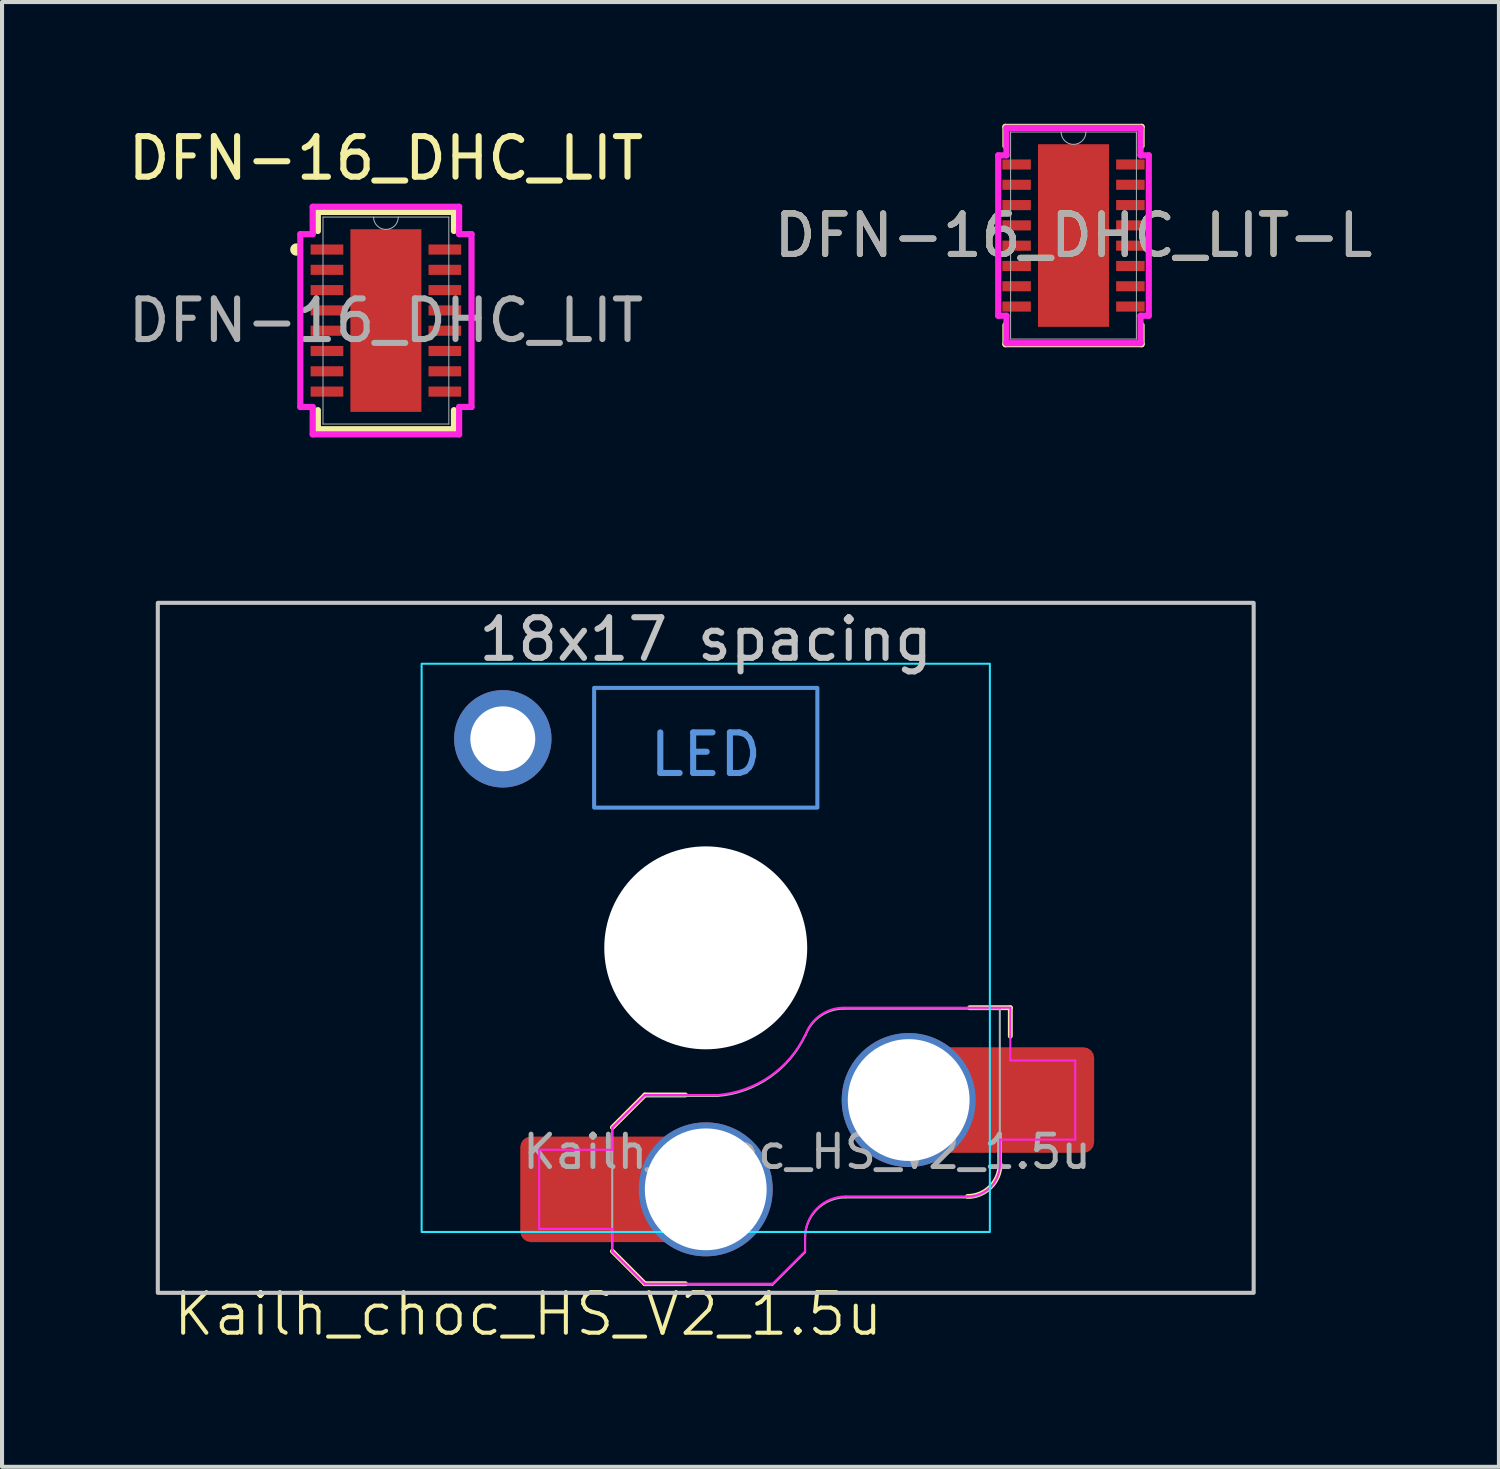
<source format=kicad_pcb>
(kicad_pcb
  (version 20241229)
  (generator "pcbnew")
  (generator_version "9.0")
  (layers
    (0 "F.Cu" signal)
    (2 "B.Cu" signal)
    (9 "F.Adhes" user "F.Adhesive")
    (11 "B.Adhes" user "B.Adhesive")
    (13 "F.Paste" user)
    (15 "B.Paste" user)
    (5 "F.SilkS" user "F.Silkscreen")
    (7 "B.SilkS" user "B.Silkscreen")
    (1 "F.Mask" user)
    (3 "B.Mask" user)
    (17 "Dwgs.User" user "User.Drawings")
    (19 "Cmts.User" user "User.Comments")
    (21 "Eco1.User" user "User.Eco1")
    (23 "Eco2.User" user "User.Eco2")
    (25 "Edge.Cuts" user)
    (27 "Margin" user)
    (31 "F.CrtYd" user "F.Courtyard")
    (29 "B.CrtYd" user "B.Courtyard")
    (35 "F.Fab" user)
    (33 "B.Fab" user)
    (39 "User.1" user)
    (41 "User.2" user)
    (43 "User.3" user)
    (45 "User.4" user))
  (footprint "Kailh_choc_HS_V2_1.5u"
    (layer "F.Cu")
    (at 14.338 20.303)
    (property "Reference" "Kailh_choc_HS_V2_1.5u" (at -4.375 9.025 0) (unlocked yes) (layer "F.SilkS") (effects (font (size 1 1) (thickness 0.1))))
    (fp_line (start -2.3 7.475) (end -1.5 8.275) (stroke (width 0.12) (type solid)) (layer "F.SilkS"))
    (fp_line (start -1.5 3.625) (end -2.3 4.425) (stroke (width 0.12) (type solid)) (layer "F.SilkS"))
    (fp_line (start -1.5 3.625) (end -0.5 3.625) (stroke (width 0.12) (type solid)) (layer "F.SilkS"))
    (fp_line (start -1.5 8.275) (end -0.5 8.275) (stroke (width 0.12) (type solid)) (layer "F.SilkS"))
    (fp_line (start 7.504 1.475) (end 6.504 1.475) (stroke (width 0.12) (type solid)) (layer "F.SilkS"))
    (fp_line (start 7.504 1.475) (end 7.504 2.175) (stroke (width 0.12) (type solid)) (layer "F.SilkS"))
    (fp_arc (start 7.25 5.325) (mid 7.015685 5.890685) (end 6.45 6.125) (stroke (width 0.12) (type solid)) (layer "F.SilkS"))
    (fp_rect (start -13.5 -8.5) (end 13.5 8.5) (stroke (width 0.1) (type default)) (fill no) (layer "Dwgs.User"))
    (fp_rect (start -2.75 -6.405) (end 2.75 -3.455) (stroke (width 0.1) (type default)) (fill no) (layer "Cmts.User"))
    (fp_rect (start -14.287 -9.525) (end 14.287 9.525) (stroke (width 0.1) (type default)) (fill no) (layer "Eco1.User"))
    (fp_line (start -6.95 6.45) (end -6.95 -6.45) (stroke (width 0.05) (type solid)) (layer "Eco2.User"))
    (fp_line (start -6.45 -6.95) (end 6.45 -6.95) (stroke (width 0.05) (type solid)) (layer "Eco2.User"))
    (fp_line (start 6.45 6.95) (end -6.45 6.95) (stroke (width 0.05) (type solid)) (layer "Eco2.User"))
    (fp_line (start 6.95 -6.45) (end 6.95 6.45) (stroke (width 0.05) (type solid)) (layer "Eco2.User"))
    (fp_arc (start -6.95 -6.45) (mid -6.803553 -6.803553) (end -6.45 -6.95) (stroke (width 0.05) (type solid)) (layer "Eco2.User"))
    (fp_arc (start -6.45 6.95) (mid -6.803553 6.803553) (end -6.95 6.45) (stroke (width 0.05) (type solid)) (layer "Eco2.User"))
    (fp_arc (start 6.45 -6.95) (mid 6.803553 -6.803553) (end 6.95 -6.45) (stroke (width 0.05) (type solid)) (layer "Eco2.User"))
    (fp_arc (start 6.95 6.45) (mid 6.803553 6.803553) (end 6.45 6.95) (stroke (width 0.05) (type solid)) (layer "Eco2.User"))
    (fp_arc (start 6.95 6.45) (mid 6.803553 6.803553) (end 6.45 6.95) (stroke (width 0.05) (type solid)) (layer "Eco2.User"))
    (fp_rect (start -7 -7) (end 7 7) (stroke (width 0.05) (type default)) (fill no) (layer "B.CrtYd"))
    (fp_line (start -4.104 4.975) (end -4.104 6.925) (stroke (width 0.05) (type solid)) (layer "F.CrtYd"))
    (fp_line (start -4.104 4.975) (end -2.3 4.975) (stroke (width 0.05) (type solid)) (layer "F.CrtYd"))
    (fp_line (start -4.104 6.925) (end -2.3 6.925) (stroke (width 0.05) (type solid)) (layer "F.CrtYd"))
    (fp_line (start -2.3 4.975) (end -2.3 4.425) (stroke (width 0.05) (type solid)) (layer "F.CrtYd"))
    (fp_line (start -2.3 7.475) (end -2.3 6.925) (stroke (width 0.05) (type solid)) (layer "F.CrtYd"))
    (fp_line (start -2.3 7.475) (end -1.5 8.275) (stroke (width 0.05) (type solid)) (layer "F.CrtYd"))
    (fp_line (start -1.5 3.625) (end -2.3 4.425) (stroke (width 0.05) (type solid)) (layer "F.CrtYd"))
    (fp_line (start -1.5 3.625) (end 0.3 3.625) (stroke (width 0.05) (type solid)) (layer "F.CrtYd"))
    (fp_line (start -1.5 8.275) (end 1.65 8.275) (stroke (width 0.05) (type solid)) (layer "F.CrtYd"))
    (fp_line (start 2.45 7.475) (end 1.65 8.275) (stroke (width 0.05) (type solid)) (layer "F.CrtYd"))
    (fp_line (start 2.45 7.475) (end 2.45 7.125) (stroke (width 0.05) (type solid)) (layer "F.CrtYd"))
    (fp_line (start 3.45 6.125) (end 6.45 6.125) (stroke (width 0.05) (type solid)) (layer "F.CrtYd"))
    (fp_line (start 7.25 4.725) (end 9.104 4.725) (stroke (width 0.05) (type solid)) (layer "F.CrtYd"))
    (fp_line (start 7.25 5.325) (end 7.25 4.725) (stroke (width 0.05) (type solid)) (layer "F.CrtYd"))
    (fp_line (start 7.504 1.475) (end 3.4 1.475) (stroke (width 0.05) (type solid)) (layer "F.CrtYd"))
    (fp_line (start 7.504 1.475) (end 7.504 2.175) (stroke (width 0.05) (type solid)) (layer "F.CrtYd"))
    (fp_line (start 7.504 2.175) (end 7.504 2.775) (stroke (width 0.05) (type solid)) (layer "F.CrtYd"))
    (fp_line (start 9.104 2.775) (end 7.504 2.775) (stroke (width 0.05) (type solid)) (layer "F.CrtYd"))
    (fp_line (start 9.104 4.725) (end 9.104 2.775) (stroke (width 0.05) (type solid)) (layer "F.CrtYd"))
    (fp_arc (start 2.45 7.125) (mid 2.742893 6.417893) (end 3.45 6.125) (stroke (width 0.05) (type solid)) (layer "F.CrtYd"))
    (fp_arc (start 2.455444 2.13293) (mid 1.577272 3.167235) (end 0.299999 3.624999) (stroke (width 0.05) (type solid)) (layer "F.CrtYd"))
    (fp_arc (start 2.460307 2.13298) (mid 2.826423 1.655848) (end 3.4 1.475) (stroke (width 0.05) (type solid)) (layer "F.CrtYd"))
    (fp_arc (start 7.25 5.325) (mid 7.015685 5.890685) (end 6.45 6.125) (stroke (width 0.05) (type solid)) (layer "F.CrtYd"))
    (fp_line (start -2.304 7.5) (end -2.304 4.45) (stroke (width 0.05) (type solid)) (layer "F.Fab"))
    (fp_line (start -2.304 7.5) (end -1.504 8.3) (stroke (width 0.05) (type solid)) (layer "F.Fab"))
    (fp_line (start -1.504 3.65) (end -2.304 4.45) (stroke (width 0.05) (type solid)) (layer "F.Fab"))
    (fp_line (start -1.504 3.65) (end 0.296 3.65) (stroke (width 0.05) (type solid)) (layer "F.Fab"))
    (fp_line (start -1.504 8.3) (end 1.646 8.3) (stroke (width 0.05) (type solid)) (layer "F.Fab"))
    (fp_line (start 2.446 7.5) (end 1.646 8.3) (stroke (width 0.05) (type solid)) (layer "F.Fab"))
    (fp_line (start 2.446 7.5) (end 2.446 7.15) (stroke (width 0.05) (type solid)) (layer "F.Fab"))
    (fp_line (start 3.446 6.15) (end 6.446 6.15) (stroke (width 0.05) (type solid)) (layer "F.Fab"))
    (fp_line (start 7.246 1.5) (end 3.396 1.5) (stroke (width 0.05) (type solid)) (layer "F.Fab"))
    (fp_line (start 7.246 5.35) (end 7.246 1.5) (stroke (width 0.05) (type solid)) (layer "F.Fab"))
    (fp_arc (start 2.446 7.15) (mid 2.738893 6.442893) (end 3.446 6.15) (stroke (width 0.05) (type solid)) (layer "F.Fab"))
    (fp_arc (start 2.451444 2.15793) (mid 1.573272 3.192235) (end 0.295999 3.649999) (stroke (width 0.05) (type solid)) (layer "F.Fab"))
    (fp_arc (start 2.456307 2.15798) (mid 2.822423 1.680848) (end 3.396 1.5) (stroke (width 0.05) (type solid)) (layer "F.Fab"))
    (fp_arc (start 7.246 5.35) (mid 7.011685 5.915685) (end 6.446 6.15) (stroke (width 0.05) (type solid)) (layer "F.Fab"))
    (fp_text user "18x17 spacing" (at 0 -7.6 0) (layer "Dwgs.User") (effects (font (size 1 1) (thickness 0.15))))
    (fp_text user "LED" (at 0 -4.763 0) (unlocked yes) (layer "Cmts.User") (effects (font (size 1 1) (thickness 0.15))))
    (fp_text user "19.05 spacing" (at 0 -8.7 0) (layer "Eco1.User") (effects (font (size 1 1) (thickness 0.15))))
    (fp_text user "${REFERENCE}" (at 2.496 5.025 0) (layer "F.Fab") (effects (font (size 0.8 0.8) (thickness 0.12))))
    (pad "" np_thru_hole circle (at 0 0 180) (size 5 5) (drill 5) (layers "*.Cu" "*.Mask"))
    (pad "1" thru_hole circle (at 5 3.75) (size 3.3 3.3) (drill 3) (property pad_prop_mechanical) (layers "*.Cu" "F.Mask"))
    (pad "1" smd rect (at 6.55 3.75) (size 1.2 2.6) (layers "F.Cu"))
    (pad "1" smd roundrect (at 8.245 3.75) (size 2.65 2.6) (layers "F.Cu" "F.Mask" "F.Paste") (roundrect_rratio 0.1))
    (pad "2" smd roundrect (at -3.245 5.95) (size 2.65 2.6) (layers "F.Cu" "F.Mask" "F.Paste") (roundrect_rratio 0.1))
    (pad "2" smd rect (at -1.55 5.95 180) (size 1.2 2.6) (layers "F.Cu"))
    (pad "2" thru_hole circle (at 0 5.95) (size 3.3 3.3) (drill 3) (property pad_prop_mechanical) (layers "*.Cu" "F.Mask"))
    (pad "MP" thru_hole circle (at -5 -5.15 180) (size 2.4 2.4) (drill 1.6) (layers "*.Cu" "F.Mask")))
  (footprint "DFN-16_DHC_LIT"
    (layer "F.Cu")
    (at 6.458 4.848)
    (property "Reference" "DFN-16_DHC_LIT" (at 0 -4 0) (unlocked yes) (layer "F.SilkS") (effects (font (size 1 1) (thickness 0.15))))
    (attr smd)
    (fp_line (start -1.677 -2.677) (end -1.677 -2.207) (stroke (width 0.152) (type solid)) (layer "F.SilkS"))
    (fp_line (start -1.677 2.207) (end -1.677 2.677) (stroke (width 0.152) (type solid)) (layer "F.SilkS"))
    (fp_line (start -1.677 2.677) (end 1.677 2.677) (stroke (width 0.152) (type solid)) (layer "F.SilkS"))
    (fp_line (start 1.677 -2.677) (end -1.677 -2.677) (stroke (width 0.152) (type solid)) (layer "F.SilkS"))
    (fp_line (start 1.677 -2.207) (end 1.677 -2.677) (stroke (width 0.152) (type solid)) (layer "F.SilkS"))
    (fp_line (start 1.677 2.677) (end 1.677 2.207) (stroke (width 0.152) (type solid)) (layer "F.SilkS"))
    (fp_arc (start -2.18754 -1.676171) (mid -2.2826 -1.75) (end -2.18754 -1.823829) (stroke (width 0.1524) (type solid)) (layer "F.SilkS"))
    (fp_poly (pts (xy -0.775 -2.15) (xy -0.775 -0.85) (xy 0.775 -0.85) (xy 0.775 -2.15)) (stroke (width 0) (type solid)) (fill yes) (layer "F.Paste"))
    (fp_poly (pts (xy -0.775 -0.65) (xy -0.775 0.65) (xy 0.775 0.65) (xy 0.775 -0.65)) (stroke (width 0) (type solid)) (fill yes) (layer "F.Paste"))
    (fp_poly (pts (xy -0.775 0.85) (xy -0.775 2.15) (xy 0.775 2.15) (xy 0.775 0.85)) (stroke (width 0) (type solid)) (fill yes) (layer "F.Paste"))
    (fp_line (start -2.109 -2.129) (end -1.804 -2.129) (stroke (width 0.152) (type solid)) (layer "F.CrtYd"))
    (fp_line (start -2.109 2.129) (end -2.109 -2.129) (stroke (width 0.152) (type solid)) (layer "F.CrtYd"))
    (fp_line (start -2.109 2.129) (end -1.804 2.129) (stroke (width 0.152) (type solid)) (layer "F.CrtYd"))
    (fp_line (start -1.804 -2.804) (end 1.804 -2.804) (stroke (width 0.152) (type solid)) (layer "F.CrtYd"))
    (fp_line (start -1.804 -2.129) (end -1.804 -2.804) (stroke (width 0.152) (type solid)) (layer "F.CrtYd"))
    (fp_line (start -1.804 2.804) (end -1.804 2.129) (stroke (width 0.152) (type solid)) (layer "F.CrtYd"))
    (fp_line (start 1.804 -2.804) (end 1.804 -2.129) (stroke (width 0.152) (type solid)) (layer "F.CrtYd"))
    (fp_line (start 1.804 2.129) (end 1.804 2.804) (stroke (width 0.152) (type solid)) (layer "F.CrtYd"))
    (fp_line (start 1.804 2.804) (end -1.804 2.804) (stroke (width 0.152) (type solid)) (layer "F.CrtYd"))
    (fp_line (start 2.109 -2.129) (end 1.804 -2.129) (stroke (width 0.152) (type solid)) (layer "F.CrtYd"))
    (fp_line (start 2.109 -2.129) (end 2.109 2.129) (stroke (width 0.152) (type solid)) (layer "F.CrtYd"))
    (fp_line (start 2.109 2.129) (end 1.804 2.129) (stroke (width 0.152) (type solid)) (layer "F.CrtYd"))
    (fp_line (start -1.55 -2.55) (end -1.55 2.55) (stroke (width 0.025) (type solid)) (layer "F.Fab"))
    (fp_line (start -1.55 2.55) (end 1.55 2.55) (stroke (width 0.025) (type solid)) (layer "F.Fab"))
    (fp_line (start 1.55 -2.55) (end -1.55 -2.55) (stroke (width 0.025) (type solid)) (layer "F.Fab"))
    (fp_line (start 1.55 2.55) (end 1.55 -2.55) (stroke (width 0.025) (type solid)) (layer "F.Fab"))
    (fp_arc (start 0.3048 -2.55) (mid 0 -2.2452) (end -0.3048 -2.55) (stroke (width 0.0254) (type solid)) (layer "F.Fab"))
    (fp_text user "${REFERENCE}" (at 0 0 0) (unlocked yes) (layer "F.Fab") (effects (font (size 1 1) (thickness 0.15))))
    (pad "1" smd rect (at -1.452 -1.75) (size 0.805 0.249) (layers "F.Cu" "F.Mask" "F.Paste"))
    (pad "2" smd rect (at -1.452 -1.25) (size 0.805 0.249) (layers "F.Cu" "F.Mask" "F.Paste"))
    (pad "3" smd rect (at -1.452 -0.75) (size 0.805 0.249) (layers "F.Cu" "F.Mask" "F.Paste"))
    (pad "4" smd rect (at -1.452 -0.25) (size 0.805 0.249) (layers "F.Cu" "F.Mask" "F.Paste"))
    (pad "5" smd rect (at -1.452 0.25) (size 0.805 0.249) (layers "F.Cu" "F.Mask" "F.Paste"))
    (pad "6" smd rect (at -1.452 0.75) (size 0.805 0.249) (layers "F.Cu" "F.Mask" "F.Paste"))
    (pad "7" smd rect (at -1.452 1.25) (size 0.805 0.249) (layers "F.Cu" "F.Mask" "F.Paste"))
    (pad "8" smd rect (at -1.452 1.75) (size 0.805 0.249) (layers "F.Cu" "F.Mask" "F.Paste"))
    (pad "9" smd rect (at 1.452 1.75) (size 0.805 0.249) (layers "F.Cu" "F.Mask" "F.Paste"))
    (pad "10" smd rect (at 1.452 1.25) (size 0.805 0.249) (layers "F.Cu" "F.Mask" "F.Paste"))
    (pad "11" smd rect (at 1.452 0.75) (size 0.805 0.249) (layers "F.Cu" "F.Mask" "F.Paste"))
    (pad "12" smd rect (at 1.452 0.25) (size 0.805 0.249) (layers "F.Cu" "F.Mask" "F.Paste"))
    (pad "13" smd rect (at 1.452 -0.25) (size 0.805 0.249) (layers "F.Cu" "F.Mask" "F.Paste"))
    (pad "14" smd rect (at 1.452 -0.75) (size 0.805 0.249) (layers "F.Cu" "F.Mask" "F.Paste"))
    (pad "15" smd rect (at 1.452 -1.25) (size 0.805 0.249) (layers "F.Cu" "F.Mask" "F.Paste"))
    (pad "16" smd rect (at 1.452 -1.75) (size 0.805 0.249) (layers "F.Cu" "F.Mask" "F.Paste"))
    (pad "17" smd rect (at 0 0) (size 1.75 4.5) (layers "F.Cu" "F.Mask" "F.Paste")))
  (footprint "DFN-16_DHC_LIT-L"
    (layer "F.Cu")
    (at 23.399 2.753)
    (property "Reference" "DFN-16_DHC_LIT-L" (at 0 0 0) (unlocked yes) (layer "F.SilkS") (effects (font (size 1 1) (thickness 0.15))))
    (attr smd)
    (fp_line (start -1.677 -2.677) (end -1.677 -2.207) (stroke (width 0.152) (type solid)) (layer "F.SilkS"))
    (fp_line (start -1.677 2.207) (end -1.677 2.677) (stroke (width 0.152) (type solid)) (layer "F.SilkS"))
    (fp_line (start -1.677 2.677) (end 1.677 2.677) (stroke (width 0.152) (type solid)) (layer "F.SilkS"))
    (fp_line (start 1.677 -2.677) (end -1.677 -2.677) (stroke (width 0.152) (type solid)) (layer "F.SilkS"))
    (fp_line (start 1.677 -2.207) (end 1.677 -2.677) (stroke (width 0.152) (type solid)) (layer "F.SilkS"))
    (fp_line (start 1.677 2.677) (end 1.677 2.207) (stroke (width 0.152) (type solid)) (layer "F.SilkS"))
    (fp_poly (pts (xy -0.775 -2.15) (xy -0.775 -0.85) (xy 0.775 -0.85) (xy 0.775 -2.15)) (stroke (width 0) (type solid)) (fill yes) (layer "F.Paste"))
    (fp_poly (pts (xy -0.775 -0.65) (xy -0.775 0.65) (xy 0.775 0.65) (xy 0.775 -0.65)) (stroke (width 0) (type solid)) (fill yes) (layer "F.Paste"))
    (fp_poly (pts (xy -0.775 0.85) (xy -0.775 2.15) (xy 0.775 2.15) (xy 0.775 0.85)) (stroke (width 0) (type solid)) (fill yes) (layer "F.Paste"))
    (fp_line (start -1.855 -1.976) (end -1.652 -1.976) (stroke (width 0.152) (type solid)) (layer "F.CrtYd"))
    (fp_line (start -1.855 1.976) (end -1.855 -1.976) (stroke (width 0.152) (type solid)) (layer "F.CrtYd"))
    (fp_line (start -1.855 1.976) (end -1.652 1.976) (stroke (width 0.152) (type solid)) (layer "F.CrtYd"))
    (fp_line (start -1.652 -2.652) (end 1.652 -2.652) (stroke (width 0.152) (type solid)) (layer "F.CrtYd"))
    (fp_line (start -1.652 -1.976) (end -1.652 -2.652) (stroke (width 0.152) (type solid)) (layer "F.CrtYd"))
    (fp_line (start -1.652 2.652) (end -1.652 1.976) (stroke (width 0.152) (type solid)) (layer "F.CrtYd"))
    (fp_line (start 1.652 -2.652) (end 1.652 -1.976) (stroke (width 0.152) (type solid)) (layer "F.CrtYd"))
    (fp_line (start 1.652 1.976) (end 1.652 2.652) (stroke (width 0.152) (type solid)) (layer "F.CrtYd"))
    (fp_line (start 1.652 2.652) (end -1.652 2.652) (stroke (width 0.152) (type solid)) (layer "F.CrtYd"))
    (fp_line (start 1.855 -1.976) (end 1.652 -1.976) (stroke (width 0.152) (type solid)) (layer "F.CrtYd"))
    (fp_line (start 1.855 -1.976) (end 1.855 1.976) (stroke (width 0.152) (type solid)) (layer "F.CrtYd"))
    (fp_line (start 1.855 1.976) (end 1.652 1.976) (stroke (width 0.152) (type solid)) (layer "F.CrtYd"))
    (fp_line (start -1.55 -2.55) (end -1.55 2.55) (stroke (width 0.025) (type solid)) (layer "F.Fab"))
    (fp_line (start -1.55 2.55) (end 1.55 2.55) (stroke (width 0.025) (type solid)) (layer "F.Fab"))
    (fp_line (start 1.55 -2.55) (end -1.55 -2.55) (stroke (width 0.025) (type solid)) (layer "F.Fab"))
    (fp_line (start 1.55 2.55) (end 1.55 -2.55) (stroke (width 0.025) (type solid)) (layer "F.Fab"))
    (fp_arc (start 0.3048 -2.55) (mid 0 -2.2452) (end -0.3048 -2.55) (stroke (width 0.0254) (type solid)) (layer "F.Fab"))
    (fp_text user "${REFERENCE}" (at 0 0 0) (unlocked yes) (layer "F.Fab") (effects (font (size 1 1) (thickness 0.15))))
    (pad "1" smd rect (at -1.402 -1.75) (size 0.703 0.249) (layers "F.Cu" "F.Mask" "F.Paste"))
    (pad "2" smd rect (at -1.402 -1.25) (size 0.703 0.249) (layers "F.Cu" "F.Mask" "F.Paste"))
    (pad "3" smd rect (at -1.402 -0.75) (size 0.703 0.249) (layers "F.Cu" "F.Mask" "F.Paste"))
    (pad "4" smd rect (at -1.402 -0.25) (size 0.703 0.249) (layers "F.Cu" "F.Mask" "F.Paste"))
    (pad "5" smd rect (at -1.402 0.25) (size 0.703 0.249) (layers "F.Cu" "F.Mask" "F.Paste"))
    (pad "6" smd rect (at -1.402 0.75) (size 0.703 0.249) (layers "F.Cu" "F.Mask" "F.Paste"))
    (pad "7" smd rect (at -1.402 1.25) (size 0.703 0.249) (layers "F.Cu" "F.Mask" "F.Paste"))
    (pad "8" smd rect (at -1.402 1.75) (size 0.703 0.249) (layers "F.Cu" "F.Mask" "F.Paste"))
    (pad "9" smd rect (at 1.402 1.75) (size 0.703 0.249) (layers "F.Cu" "F.Mask" "F.Paste"))
    (pad "10" smd rect (at 1.402 1.25) (size 0.703 0.249) (layers "F.Cu" "F.Mask" "F.Paste"))
    (pad "11" smd rect (at 1.402 0.75) (size 0.703 0.249) (layers "F.Cu" "F.Mask" "F.Paste"))
    (pad "12" smd rect (at 1.402 0.25) (size 0.703 0.249) (layers "F.Cu" "F.Mask" "F.Paste"))
    (pad "13" smd rect (at 1.402 -0.25) (size 0.703 0.249) (layers "F.Cu" "F.Mask" "F.Paste"))
    (pad "14" smd rect (at 1.402 -0.75) (size 0.703 0.249) (layers "F.Cu" "F.Mask" "F.Paste"))
    (pad "15" smd rect (at 1.402 -1.25) (size 0.703 0.249) (layers "F.Cu" "F.Mask" "F.Paste"))
    (pad "16" smd rect (at 1.402 -1.75) (size 0.703 0.249) (layers "F.Cu" "F.Mask" "F.Paste"))
    (pad "17" smd rect (at 0 0) (size 1.75 4.5) (layers "F.Cu" "F.Mask" "F.Paste")))
  (gr_rect
    (start -3 -3)
    (end 33.881 33.089)
    (stroke (width 0.1) (type default))
    (fill no)
    (layer "Edge.Cuts")))
</source>
